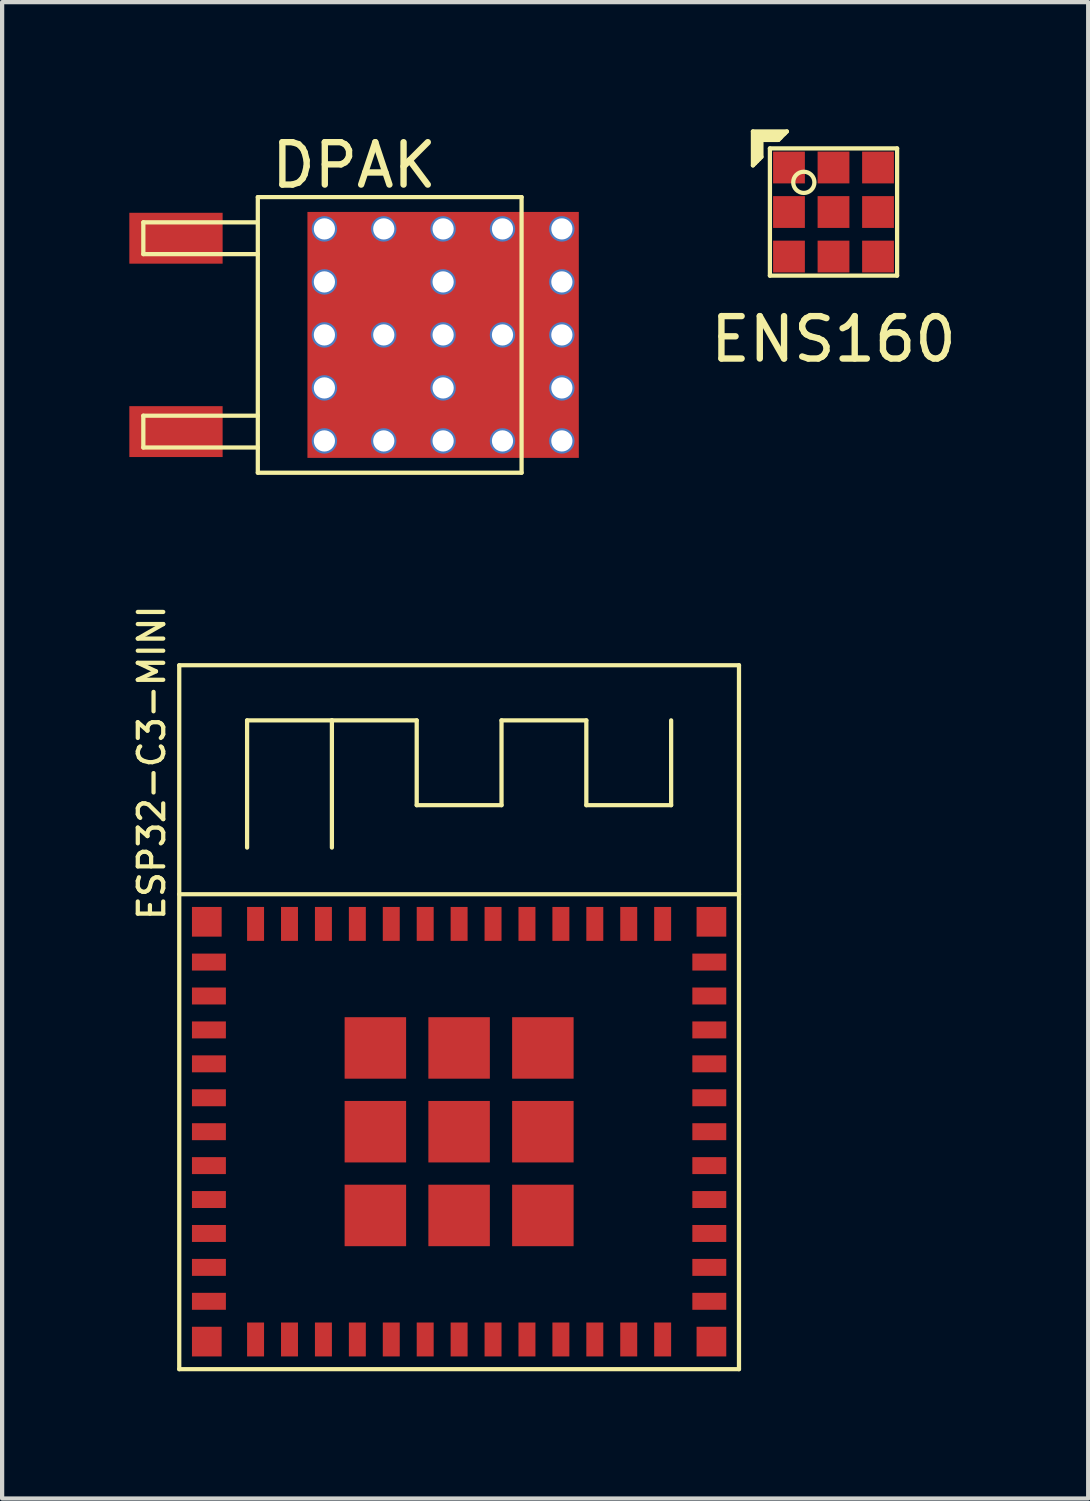
<source format=kicad_pcb>
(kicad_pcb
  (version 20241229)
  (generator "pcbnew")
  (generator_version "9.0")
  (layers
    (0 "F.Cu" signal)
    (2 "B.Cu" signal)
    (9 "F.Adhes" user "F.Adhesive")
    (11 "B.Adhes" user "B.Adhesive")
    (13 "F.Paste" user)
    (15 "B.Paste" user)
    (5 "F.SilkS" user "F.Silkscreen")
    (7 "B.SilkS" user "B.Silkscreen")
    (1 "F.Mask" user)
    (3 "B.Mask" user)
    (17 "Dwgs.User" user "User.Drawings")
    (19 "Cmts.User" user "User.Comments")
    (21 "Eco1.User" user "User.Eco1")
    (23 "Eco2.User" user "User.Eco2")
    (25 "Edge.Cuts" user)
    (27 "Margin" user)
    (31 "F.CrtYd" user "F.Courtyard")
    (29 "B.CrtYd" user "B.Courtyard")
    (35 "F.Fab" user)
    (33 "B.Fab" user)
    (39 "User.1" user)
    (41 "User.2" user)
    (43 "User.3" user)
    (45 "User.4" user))
  (footprint "ESP32-C3-MINI"
    (layer "F.Cu")
    (at 7.777 23.638)
    (property "Reference" "ESP32-C3-MINI" (at -7.25 -8.7 90) (unlocked yes) (layer "F.SilkS") (effects (font (size 0.6 0.6) (thickness 0.1) (bold yes))))
    (attr smd)
    (fp_line (start -6.6 -11) (end 6.6 -11) (stroke (width 0.1) (type default)) (layer "F.SilkS"))
    (fp_line (start -6.6 5.6) (end -6.6 -11) (stroke (width 0.1) (type default)) (layer "F.SilkS"))
    (fp_line (start -5 -9.7) (end -3 -9.7) (stroke (width 0.1) (type default)) (layer "F.SilkS"))
    (fp_line (start -5 -6.7) (end -5 -9.7) (stroke (width 0.1) (type default)) (layer "F.SilkS"))
    (fp_line (start -3 -9.7) (end -3 -6.7) (stroke (width 0.1) (type default)) (layer "F.SilkS"))
    (fp_line (start -3 -9.7) (end -1 -9.7) (stroke (width 0.1) (type default)) (layer "F.SilkS"))
    (fp_line (start -1 -9.7) (end -1 -7.7) (stroke (width 0.1) (type default)) (layer "F.SilkS"))
    (fp_line (start -1 -7.7) (end 1 -7.7) (stroke (width 0.1) (type default)) (layer "F.SilkS"))
    (fp_line (start 1 -9.7) (end 3 -9.7) (stroke (width 0.1) (type default)) (layer "F.SilkS"))
    (fp_line (start 1 -7.7) (end 1 -9.7) (stroke (width 0.1) (type default)) (layer "F.SilkS"))
    (fp_line (start 3 -9.7) (end 3 -7.7) (stroke (width 0.1) (type default)) (layer "F.SilkS"))
    (fp_line (start 3 -7.7) (end 5 -7.7) (stroke (width 0.1) (type default)) (layer "F.SilkS"))
    (fp_line (start 5 -7.7) (end 5 -9.7) (stroke (width 0.1) (type default)) (layer "F.SilkS"))
    (fp_line (start 6.6 -11) (end 6.6 5.6) (stroke (width 0.1) (type default)) (layer "F.SilkS"))
    (fp_line (start 6.6 -5.6) (end -6.6 -5.6) (stroke (width 0.1) (type default)) (layer "F.SilkS"))
    (fp_line (start 6.6 5.6) (end -6.6 5.6) (stroke (width 0.1) (type default)) (layer "F.SilkS"))
    (pad "1" smd rect (at -5.95 -4.95) (size 0.7 0.7) (layers "F.Cu" "F.Mask" "F.Paste"))
    (pad "1" smd rect (at -5.95 4.95) (size 0.7 0.7) (layers "F.Cu" "F.Mask" "F.Paste"))
    (pad "1" smd rect (at -5.9 -4) (size 0.8 0.4) (layers "F.Cu" "F.Mask" "F.Paste"))
    (pad "1" smd rect (at -4.8 -4.9 90) (size 0.8 0.4) (layers "F.Cu" "F.Mask" "F.Paste"))
    (pad "1" smd rect (at -4 -4.9 90) (size 0.8 0.4) (layers "F.Cu" "F.Mask" "F.Paste"))
    (pad "1" smd rect (at -3.2 -4.9 90) (size 0.8 0.4) (layers "F.Cu" "F.Mask" "F.Paste"))
    (pad "1" smd rect (at -2.4 -4.9 90) (size 0.8 0.4) (layers "F.Cu" "F.Mask" "F.Paste"))
    (pad "1" smd rect (at -1.975 -1.975) (size 1.45 1.45) (layers "F.Cu" "F.Mask" "F.Paste"))
    (pad "1" smd rect (at -1.975 0) (size 1.45 1.45) (layers "F.Cu" "F.Mask" "F.Paste"))
    (pad "1" smd rect (at -1.975 1.975) (size 1.45 1.45) (layers "F.Cu" "F.Mask" "F.Paste"))
    (pad "1" smd rect (at -1.6 -4.9 90) (size 0.8 0.4) (layers "F.Cu" "F.Mask" "F.Paste"))
    (pad "1" smd rect (at -0.8 -4.9 90) (size 0.8 0.4) (layers "F.Cu" "F.Mask" "F.Paste"))
    (pad "1" smd rect (at 0 -4.9 90) (size 0.8 0.4) (layers "F.Cu" "F.Mask" "F.Paste"))
    (pad "1" smd rect (at 0 -1.975) (size 1.45 1.45) (layers "F.Cu" "F.Mask" "F.Paste"))
    (pad "1" smd rect (at 0 0) (size 1.45 1.45) (layers "F.Cu" "F.Mask" "F.Paste"))
    (pad "1" smd rect (at 0 1.975) (size 1.45 1.45) (layers "F.Cu" "F.Mask" "F.Paste"))
    (pad "1" smd rect (at 0.8 -4.9 90) (size 0.8 0.4) (layers "F.Cu" "F.Mask" "F.Paste"))
    (pad "1" smd rect (at 1.6 -4.9 90) (size 0.8 0.4) (layers "F.Cu" "F.Mask" "F.Paste"))
    (pad "1" smd rect (at 1.975 -1.975) (size 1.45 1.45) (layers "F.Cu" "F.Mask" "F.Paste"))
    (pad "1" smd rect (at 1.975 0) (size 1.45 1.45) (layers "F.Cu" "F.Mask" "F.Paste"))
    (pad "1" smd rect (at 1.975 1.975) (size 1.45 1.45) (layers "F.Cu" "F.Mask" "F.Paste"))
    (pad "1" smd rect (at 2.4 -4.9 90) (size 0.8 0.4) (layers "F.Cu" "F.Mask" "F.Paste"))
    (pad "1" smd rect (at 3.2 -4.9 90) (size 0.8 0.4) (layers "F.Cu" "F.Mask" "F.Paste"))
    (pad "1" smd rect (at 4 -4.9 90) (size 0.8 0.4) (layers "F.Cu" "F.Mask" "F.Paste"))
    (pad "1" smd rect (at 4.8 -4.9 90) (size 0.8 0.4) (layers "F.Cu" "F.Mask" "F.Paste"))
    (pad "1" smd rect (at 5.95 -4.95) (size 0.7 0.7) (layers "F.Cu" "F.Mask" "F.Paste"))
    (pad "1" smd rect (at 5.95 4.95) (size 0.7 0.7) (layers "F.Cu" "F.Mask" "F.Paste"))
    (pad "2" smd rect (at -5.9 -3.2) (size 0.8 0.4) (layers "F.Cu" "F.Mask" "F.Paste"))
    (pad "3" smd rect (at -5.9 -2.4) (size 0.8 0.4) (layers "F.Cu" "F.Mask" "F.Paste"))
    (pad "4" smd rect (at -5.9 -1.6) (size 0.8 0.4) (layers "F.Cu" "F.Mask" "F.Paste"))
    (pad "5" smd rect (at -5.9 -0.8) (size 0.8 0.4) (layers "F.Cu" "F.Mask" "F.Paste"))
    (pad "6" smd rect (at -5.9 0) (size 0.8 0.4) (layers "F.Cu" "F.Mask" "F.Paste"))
    (pad "7" smd rect (at -5.9 0.8) (size 0.8 0.4) (layers "F.Cu" "F.Mask" "F.Paste"))
    (pad "8" smd rect (at -5.9 1.6) (size 0.8 0.4) (layers "F.Cu" "F.Mask" "F.Paste"))
    (pad "9" smd rect (at -5.9 2.4) (size 0.8 0.4) (layers "F.Cu" "F.Mask" "F.Paste"))
    (pad "10" smd rect (at -5.9 3.2) (size 0.8 0.4) (layers "F.Cu" "F.Mask" "F.Paste"))
    (pad "11" smd rect (at -5.9 4) (size 0.8 0.4) (layers "F.Cu" "F.Mask" "F.Paste"))
    (pad "12" smd rect (at -4.8 4.9 90) (size 0.8 0.4) (layers "F.Cu" "F.Mask" "F.Paste"))
    (pad "13" smd rect (at -4 4.9 90) (size 0.8 0.4) (layers "F.Cu" "F.Mask" "F.Paste"))
    (pad "14" smd rect (at -3.2 4.9 90) (size 0.8 0.4) (layers "F.Cu" "F.Mask" "F.Paste"))
    (pad "15" smd rect (at -2.4 4.9 90) (size 0.8 0.4) (layers "F.Cu" "F.Mask" "F.Paste"))
    (pad "16" smd rect (at -1.6 4.9 90) (size 0.8 0.4) (layers "F.Cu" "F.Mask" "F.Paste"))
    (pad "17" smd rect (at -0.8 4.9 90) (size 0.8 0.4) (layers "F.Cu" "F.Mask" "F.Paste"))
    (pad "18" smd rect (at 0 4.9 90) (size 0.8 0.4) (layers "F.Cu" "F.Mask" "F.Paste"))
    (pad "19" smd rect (at 0.8 4.9 90) (size 0.8 0.4) (layers "F.Cu" "F.Mask" "F.Paste"))
    (pad "20" smd rect (at 1.6 4.9 90) (size 0.8 0.4) (layers "F.Cu" "F.Mask" "F.Paste"))
    (pad "21" smd rect (at 2.4 4.9 90) (size 0.8 0.4) (layers "F.Cu" "F.Mask" "F.Paste"))
    (pad "22" smd rect (at 3.2 4.9 90) (size 0.8 0.4) (layers "F.Cu" "F.Mask" "F.Paste"))
    (pad "23" smd rect (at 4 4.9 90) (size 0.8 0.4) (layers "F.Cu" "F.Mask" "F.Paste"))
    (pad "24" smd rect (at 4.8 4.9 90) (size 0.8 0.4) (layers "F.Cu" "F.Mask" "F.Paste"))
    (pad "25" smd rect (at 5.9 4) (size 0.8 0.4) (layers "F.Cu" "F.Mask" "F.Paste"))
    (pad "26" smd rect (at 5.9 3.2) (size 0.8 0.4) (layers "F.Cu" "F.Mask" "F.Paste"))
    (pad "27" smd rect (at 5.9 2.4) (size 0.8 0.4) (layers "F.Cu" "F.Mask" "F.Paste"))
    (pad "28" smd rect (at 5.9 1.6) (size 0.8 0.4) (layers "F.Cu" "F.Mask" "F.Paste"))
    (pad "29" smd rect (at 5.9 0.8) (size 0.8 0.4) (layers "F.Cu" "F.Mask" "F.Paste"))
    (pad "30" smd rect (at 5.9 0) (size 0.8 0.4) (layers "F.Cu" "F.Mask" "F.Paste"))
    (pad "31" smd rect (at 5.9 -0.8) (size 0.8 0.4) (layers "F.Cu" "F.Mask" "F.Paste"))
    (pad "32" smd rect (at 5.9 -1.6) (size 0.8 0.4) (layers "F.Cu" "F.Mask" "F.Paste"))
    (pad "33" smd rect (at 5.9 -2.4) (size 0.8 0.4) (layers "F.Cu" "F.Mask" "F.Paste"))
    (pad "34" smd rect (at 5.9 -3.2) (size 0.8 0.4) (layers "F.Cu" "F.Mask" "F.Paste"))
    (pad "35" smd rect (at 5.9 -4) (size 0.8 0.4) (layers "F.Cu" "F.Mask" "F.Paste")))
  (footprint "DPAK"
    (layer "F.Cu")
    (at 5.3 4.848)
    (property "Reference" "DPAK" (at 0 -4 0) (layer "F.SilkS") (effects (font (size 1 1) (thickness 0.15))))
    (attr smd)
    (fp_line (start -4.97 -1.905) (end -4.97 -2.655) (stroke (width 0.1) (type solid)) (layer "F.SilkS"))
    (fp_line (start -4.97 -1.905) (end -2.27 -1.905) (stroke (width 0.1) (type solid)) (layer "F.SilkS"))
    (fp_line (start -4.97 1.905) (end -4.97 2.655) (stroke (width 0.1) (type solid)) (layer "F.SilkS"))
    (fp_line (start -4.97 2.655) (end -2.27 2.655) (stroke (width 0.1) (type solid)) (layer "F.SilkS"))
    (fp_line (start -2.3 -2.655) (end -4.97 -2.655) (stroke (width 0.1) (type solid)) (layer "F.SilkS"))
    (fp_line (start -2.27 -3.25) (end 3.95 -3.25) (stroke (width 0.1) (type solid)) (layer "F.SilkS"))
    (fp_line (start -2.27 1.905) (end -4.97 1.905) (stroke (width 0.1) (type solid)) (layer "F.SilkS"))
    (fp_line (start -2.27 3.25) (end -2.27 -3.25) (stroke (width 0.1) (type solid)) (layer "F.SilkS"))
    (fp_line (start 3.95 -3.25) (end 3.95 3.25) (stroke (width 0.1) (type solid)) (layer "F.SilkS"))
    (fp_line (start 3.95 3.25) (end -2.27 3.25) (stroke (width 0.1) (type solid)) (layer "F.SilkS"))
    (pad "" smd rect (at 0.7 -1.25) (size 2.1 1.8) (layers "F.Paste"))
    (pad "" smd rect (at 0.7 1.25) (size 2.1 1.8) (layers "F.Paste"))
    (pad "" smd rect (at 3.5 -1.25) (size 2.1 1.8) (layers "F.Paste"))
    (pad "" smd rect (at 3.5 1.25) (size 2.1 1.8) (layers "F.Paste"))
    (pad "1" smd rect (at -4.2 -2.28) (size 2.2 1.2) (layers "F.Cu" "F.Mask" "F.Paste"))
    (pad "2" thru_hole circle (at -0.7 -2.5) (size 0.6 0.6) (drill 0.5) (layers "*.Cu" "*.Mask"))
    (pad "2" thru_hole circle (at -0.7 -1.25) (size 0.6 0.6) (drill 0.5) (layers "*.Cu" "*.Mask"))
    (pad "2" thru_hole circle (at -0.7 0) (size 0.6 0.6) (drill 0.5) (layers "*.Cu" "*.Mask"))
    (pad "2" thru_hole circle (at -0.7 1.25) (size 0.6 0.6) (drill 0.5) (layers "*.Cu" "*.Mask"))
    (pad "2" thru_hole circle (at -0.7 2.5) (size 0.6 0.6) (drill 0.5) (layers "*.Cu" "*.Mask"))
    (pad "2" thru_hole circle (at 0.7 -2.5) (size 0.6 0.6) (drill 0.5) (layers "*.Cu" "*.Mask"))
    (pad "2" thru_hole circle (at 0.7 0) (size 0.6 0.6) (drill 0.5) (layers "*.Cu" "*.Mask"))
    (pad "2" thru_hole circle (at 0.7 2.5) (size 0.6 0.6) (drill 0.5) (layers "*.Cu" "*.Mask"))
    (pad "2" thru_hole circle (at 2.1 -2.5) (size 0.6 0.6) (drill 0.5) (layers "*.Cu" "*.Mask"))
    (pad "2" thru_hole circle (at 2.1 -1.25) (size 0.6 0.6) (drill 0.5) (layers "*.Cu" "*.Mask"))
    (pad "2" thru_hole circle (at 2.1 0) (size 0.6 0.6) (drill 0.5) (layers "*.Cu" "*.Mask"))
    (pad "2" smd rect (at 2.1 0) (size 6.4 5.8) (layers "F.Cu" "F.Mask"))
    (pad "2" thru_hole circle (at 2.1 1.25) (size 0.6 0.6) (drill 0.5) (layers "*.Cu" "*.Mask"))
    (pad "2" thru_hole circle (at 2.1 2.5) (size 0.6 0.6) (drill 0.5) (layers "*.Cu" "*.Mask"))
    (pad "2" thru_hole circle (at 3.5 -2.5) (size 0.6 0.6) (drill 0.5) (layers "*.Cu" "*.Mask"))
    (pad "2" thru_hole circle (at 3.5 0) (size 0.6 0.6) (drill 0.5) (layers "*.Cu" "*.Mask"))
    (pad "2" thru_hole circle (at 3.5 2.5) (size 0.6 0.6) (drill 0.5) (layers "*.Cu" "*.Mask"))
    (pad "2" thru_hole circle (at 4.9 -2.5) (size 0.6 0.6) (drill 0.5) (layers "*.Cu" "*.Mask"))
    (pad "2" thru_hole circle (at 4.9 -1.25) (size 0.6 0.6) (drill 0.5) (layers "*.Cu" "*.Mask"))
    (pad "2" thru_hole circle (at 4.9 0) (size 0.6 0.6) (drill 0.5) (layers "*.Cu" "*.Mask"))
    (pad "2" thru_hole circle (at 4.9 1.25) (size 0.6 0.6) (drill 0.5) (layers "*.Cu" "*.Mask"))
    (pad "2" thru_hole circle (at 4.9 2.5) (size 0.6 0.6) (drill 0.5) (layers "*.Cu" "*.Mask"))
    (pad "3" smd rect (at -4.2 2.28) (size 2.2 1.2) (layers "F.Cu" "F.Mask" "F.Paste")))
  (footprint "ENS160"
    (layer "F.Cu")
    (at 16.606 1.95)
    (property "Reference" "ENS160" (at 0 3 0) (layer "F.SilkS") (effects (font (size 1 1) (thickness 0.15))))
    (attr smd)
    (fp_line (start -1.9 -1.9) (end -1.1 -1.9) (stroke (width 0.1) (type solid)) (layer "F.SilkS"))
    (fp_line (start -1.9 -1.1) (end -1.9 -1.9) (stroke (width 0.1) (type solid)) (layer "F.SilkS"))
    (fp_line (start -1.85 -1.85) (end -1.85 -1.15) (stroke (width 0.1) (type solid)) (layer "F.SilkS"))
    (fp_line (start -1.85 -1.85) (end -1.15 -1.85) (stroke (width 0.1) (type solid)) (layer "F.SilkS"))
    (fp_line (start -1.8 -1.8) (end -1.8 -1.2) (stroke (width 0.1) (type solid)) (layer "F.SilkS"))
    (fp_line (start -1.75 -1.75) (end -1.75 -1.25) (stroke (width 0.1) (type solid)) (layer "F.SilkS"))
    (fp_line (start -1.75 -1.75) (end -1.25 -1.75) (stroke (width 0.1) (type solid)) (layer "F.SilkS"))
    (fp_line (start -1.7 -1.7) (end -1.7 -1.3) (stroke (width 0.1) (type solid)) (layer "F.SilkS"))
    (fp_line (start -1.7 -1.3) (end -1.9 -1.1) (stroke (width 0.1) (type solid)) (layer "F.SilkS"))
    (fp_line (start -1.5 -1.5) (end 1.5 -1.5) (stroke (width 0.1) (type solid)) (layer "F.SilkS"))
    (fp_line (start -1.5 1.5) (end -1.5 -1.5) (stroke (width 0.1) (type solid)) (layer "F.SilkS"))
    (fp_line (start -1.3 -1.8) (end -1.8 -1.8) (stroke (width 0.1) (type solid)) (layer "F.SilkS"))
    (fp_line (start -1.3 -1.7) (end -1.7 -1.7) (stroke (width 0.1) (type solid)) (layer "F.SilkS"))
    (fp_line (start -1.3 -1.7) (end -1.1 -1.9) (stroke (width 0.1) (type solid)) (layer "F.SilkS"))
    (fp_line (start 1.5 -1.5) (end 1.5 1.5) (stroke (width 0.1) (type solid)) (layer "F.SilkS"))
    (fp_line (start 1.5 1.5) (end -1.5 1.5) (stroke (width 0.1) (type solid)) (layer "F.SilkS"))
    (fp_circle (center -0.7 -0.7) (end -0.45 -0.7) (stroke (width 0.1) (type solid)) (fill no) (layer "F.SilkS"))
    (pad "1" smd rect (at -1.05 -1.05) (size 0.75 0.75) (layers "F.Cu" "F.Mask" "F.Paste"))
    (pad "2" smd rect (at -1.05 0) (size 0.75 0.75) (layers "F.Cu" "F.Mask" "F.Paste"))
    (pad "3" smd rect (at -1.05 1.05) (size 0.75 0.75) (layers "F.Cu" "F.Mask" "F.Paste"))
    (pad "4" smd rect (at 0 1.05) (size 0.75 0.75) (layers "F.Cu" "F.Mask" "F.Paste"))
    (pad "5" smd rect (at 1.05 1.05) (size 0.75 0.75) (layers "F.Cu" "F.Mask" "F.Paste"))
    (pad "6" smd rect (at 1.05 0) (size 0.75 0.75) (layers "F.Cu" "F.Mask" "F.Paste"))
    (pad "7" smd rect (at 1.05 -1.05) (size 0.75 0.75) (layers "F.Cu" "F.Mask" "F.Paste"))
    (pad "8" smd rect (at 0 -1.05) (size 0.75 0.75) (layers "F.Cu" "F.Mask" "F.Paste"))
    (pad "9" smd rect (at 0 0) (size 0.75 0.75) (layers "F.Cu" "F.Mask" "F.Paste")))
  (gr_rect
    (start -3 -3)
    (end 22.612 32.288)
    (stroke (width 0.1) (type default))
    (fill no)
    (layer "Edge.Cuts")))
</source>
